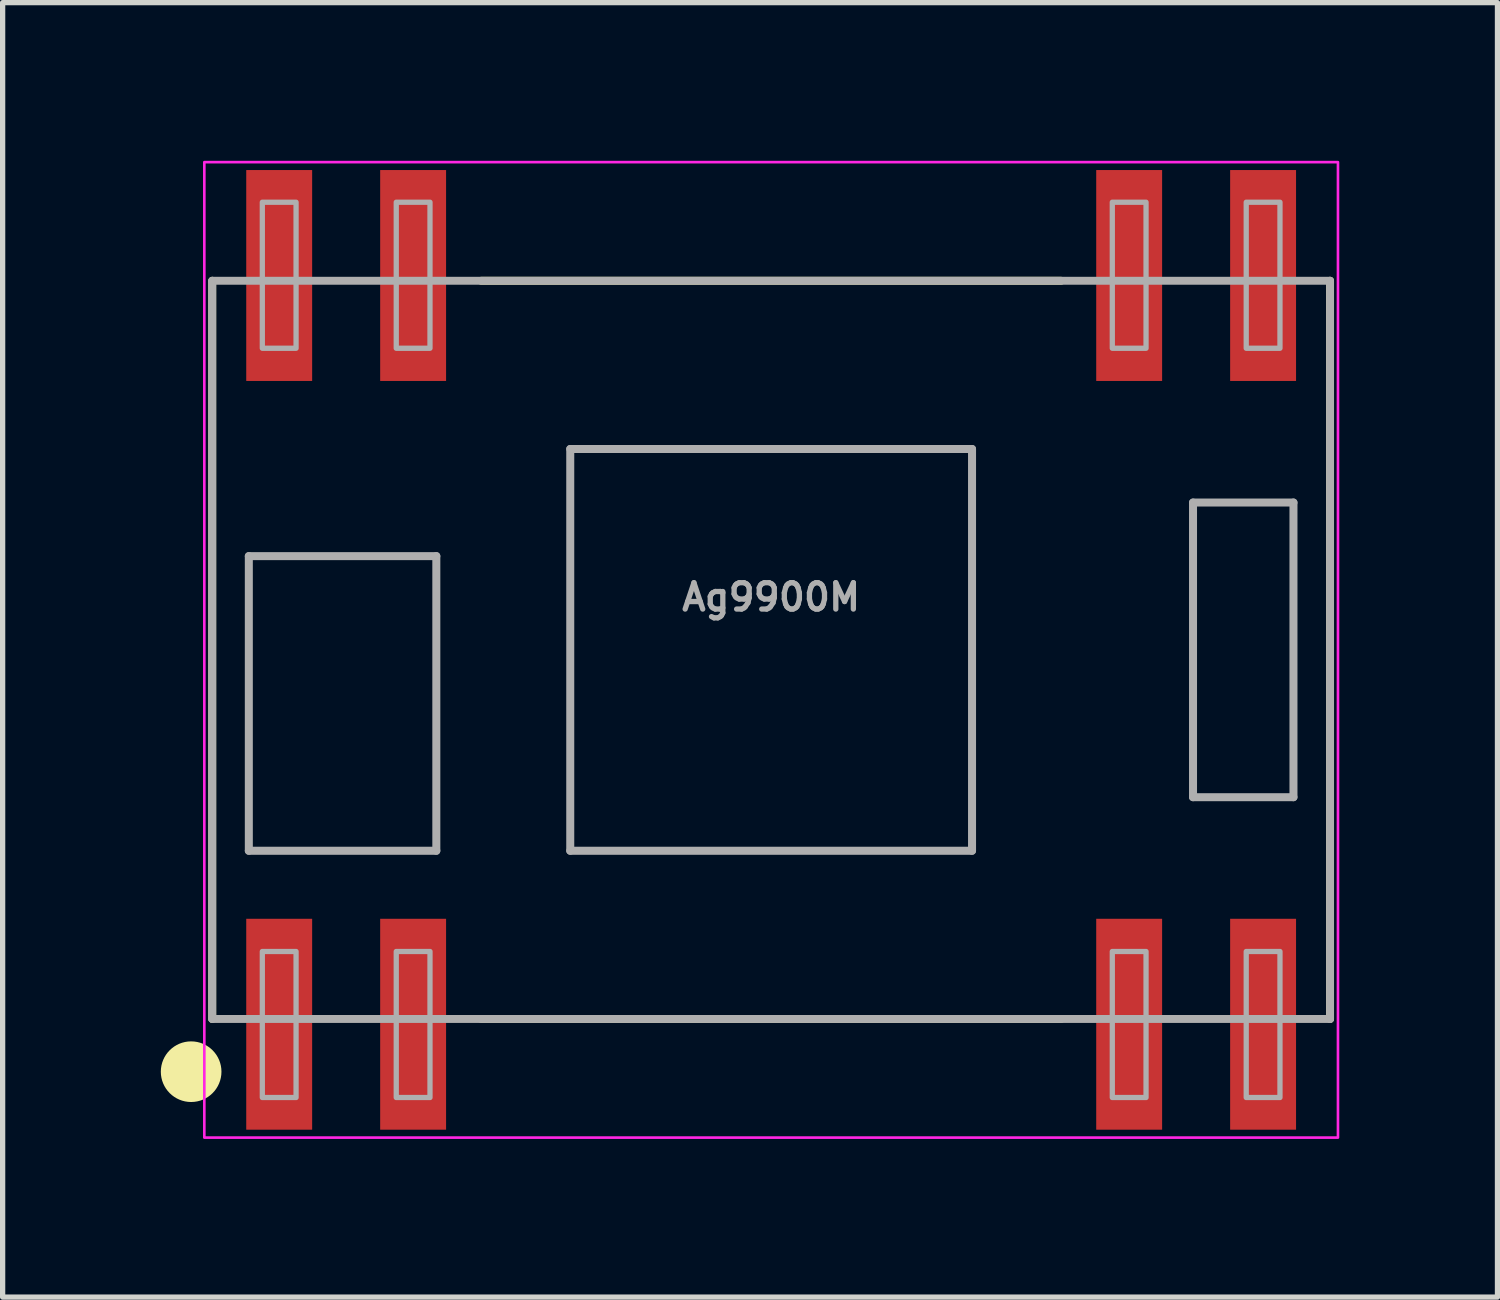
<source format=kicad_pcb>
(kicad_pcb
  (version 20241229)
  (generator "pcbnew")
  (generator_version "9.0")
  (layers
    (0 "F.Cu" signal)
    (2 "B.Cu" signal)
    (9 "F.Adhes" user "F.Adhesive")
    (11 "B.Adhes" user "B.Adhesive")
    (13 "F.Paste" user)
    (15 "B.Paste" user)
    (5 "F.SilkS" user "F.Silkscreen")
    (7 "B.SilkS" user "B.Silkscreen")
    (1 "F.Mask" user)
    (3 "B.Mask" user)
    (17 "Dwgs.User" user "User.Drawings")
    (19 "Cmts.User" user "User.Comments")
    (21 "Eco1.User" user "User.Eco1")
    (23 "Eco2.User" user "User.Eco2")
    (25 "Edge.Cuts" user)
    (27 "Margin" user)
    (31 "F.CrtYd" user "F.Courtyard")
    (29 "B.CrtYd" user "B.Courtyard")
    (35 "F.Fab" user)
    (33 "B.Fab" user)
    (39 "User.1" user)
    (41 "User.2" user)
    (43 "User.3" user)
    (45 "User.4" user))
  (footprint "Ag9900M"
    (layer "F.Cu")
    (at 11.575 9.275)
    (property "Reference" "Ag9900M" (at 0 -1 0) (layer "F.Fab") (effects (font (size 0.5 0.5) (thickness 0.1) (bold yes))))
    (fp_line (start -10.6 -7) (end -10.6 7) (stroke (width 0.15) (type solid)) (layer "F.SilkS"))
    (fp_line (start -5.5 -7) (end 5.5 -7) (stroke (width 0.15) (type solid)) (layer "F.SilkS"))
    (fp_line (start -5.5 7) (end 5.5 7) (stroke (width 0.15) (type solid)) (layer "F.SilkS"))
    (fp_line (start 10.6 7) (end 10.6 -7) (stroke (width 0.15) (type solid)) (layer "F.SilkS"))
    (fp_circle (center -11 8) (end -10.5 8) (stroke (width 0.15) (type solid)) (fill yes) (layer "F.SilkS"))
    (fp_rect (start -10.75 -9.25) (end 10.75 9.25) (stroke (width 0.05) (type default)) (fill no) (layer "F.CrtYd"))
    (fp_line (start -10.6 -7) (end 10.6 -7) (stroke (width 0.15) (type solid)) (layer "F.Fab"))
    (fp_line (start -10.6 7) (end -10.6 -7) (stroke (width 0.15) (type solid)) (layer "F.Fab"))
    (fp_line (start -9.906 -1.778) (end -6.35 -1.778) (stroke (width 0.152) (type solid)) (layer "F.Fab"))
    (fp_line (start -9.906 3.81) (end -9.906 -1.778) (stroke (width 0.152) (type solid)) (layer "F.Fab"))
    (fp_line (start -6.35 -1.778) (end -6.35 3.81) (stroke (width 0.152) (type solid)) (layer "F.Fab"))
    (fp_line (start -6.35 3.81) (end -9.906 3.81) (stroke (width 0.152) (type solid)) (layer "F.Fab"))
    (fp_line (start -3.81 -3.81) (end 3.81 -3.81) (stroke (width 0.152) (type solid)) (layer "F.Fab"))
    (fp_line (start -3.81 3.81) (end -3.81 -3.81) (stroke (width 0.152) (type solid)) (layer "F.Fab"))
    (fp_line (start 3.81 -3.81) (end 3.81 3.81) (stroke (width 0.152) (type solid)) (layer "F.Fab"))
    (fp_line (start 3.81 3.81) (end -3.81 3.81) (stroke (width 0.152) (type solid)) (layer "F.Fab"))
    (fp_line (start 8.001 -2.794) (end 9.906 -2.794) (stroke (width 0.152) (type solid)) (layer "F.Fab"))
    (fp_line (start 8.001 2.794) (end 8.001 -2.794) (stroke (width 0.152) (type solid)) (layer "F.Fab"))
    (fp_line (start 9.906 -2.794) (end 9.906 2.794) (stroke (width 0.152) (type solid)) (layer "F.Fab"))
    (fp_line (start 9.906 2.794) (end 8.001 2.794) (stroke (width 0.152) (type solid)) (layer "F.Fab"))
    (fp_line (start 10.6 -7) (end 10.6 7) (stroke (width 0.15) (type solid)) (layer "F.Fab"))
    (fp_line (start 10.6 7) (end -10.6 7) (stroke (width 0.15) (type solid)) (layer "F.Fab"))
    (fp_poly (pts (xy -9.65 -5.72) (xy -9.01 -5.72) (xy -9.01 -8.49) (xy -9.65 -8.49)) (stroke (width 0.1) (type default)) (fill no) (layer "F.Fab"))
    (fp_poly (pts (xy -9.01 5.72) (xy -9.65 5.72) (xy -9.65 8.49) (xy -9.01 8.49)) (stroke (width 0.1) (type default)) (fill no) (layer "F.Fab"))
    (fp_poly (pts (xy -7.11 -5.72) (xy -6.47 -5.72) (xy -6.47 -8.49) (xy -7.11 -8.49)) (stroke (width 0.1) (type default)) (fill no) (layer "F.Fab"))
    (fp_poly (pts (xy -6.47 5.72) (xy -7.11 5.72) (xy -7.11 8.49) (xy -6.47 8.49)) (stroke (width 0.1) (type default)) (fill no) (layer "F.Fab"))
    (fp_poly (pts (xy 6.47 -5.72) (xy 7.11 -5.72) (xy 7.11 -8.49) (xy 6.47 -8.49)) (stroke (width 0.1) (type default)) (fill no) (layer "F.Fab"))
    (fp_poly (pts (xy 7.11 5.72) (xy 6.47 5.72) (xy 6.47 8.49) (xy 7.11 8.49)) (stroke (width 0.1) (type default)) (fill no) (layer "F.Fab"))
    (fp_poly (pts (xy 9.01 -5.72) (xy 9.65 -5.72) (xy 9.65 -8.49) (xy 9.01 -8.49)) (stroke (width 0.1) (type default)) (fill no) (layer "F.Fab"))
    (fp_poly (pts (xy 9.65 5.72) (xy 9.01 5.72) (xy 9.01 8.49) (xy 9.65 8.49)) (stroke (width 0.1) (type default)) (fill no) (layer "F.Fab"))
    (pad "1" smd rect (at -9.33 7.1) (size 1.25 4) (layers "F.Cu" "F.Mask" "F.Paste"))
    (pad "2" smd rect (at -6.79 7.1) (size 1.25 4) (layers "F.Cu" "F.Mask" "F.Paste"))
    (pad "3" smd rect (at 6.79 7.1) (size 1.25 4) (layers "F.Cu" "F.Mask" "F.Paste"))
    (pad "4" smd rect (at 9.33 7.1) (size 1.25 4) (layers "F.Cu" "F.Mask" "F.Paste"))
    (pad "5" smd rect (at 9.33 -7.1 180) (size 1.25 4) (layers "F.Cu" "F.Mask" "F.Paste"))
    (pad "6" smd rect (at 6.79 -7.1 180) (size 1.25 4) (layers "F.Cu" "F.Mask" "F.Paste"))
    (pad "7" smd rect (at -6.79 -7.1 180) (size 1.25 4) (layers "F.Cu" "F.Mask" "F.Paste"))
    (pad "8" smd rect (at -9.33 -7.1 180) (size 1.25 4) (layers "F.Cu" "F.Mask" "F.Paste"))
    (zone (net_name "") (layer "F.Cu") (hatch edge 0.5) (connect_pads) (min_thickness 0.25) (filled_areas_thickness no) (keepout (tracks allowed) (vias allowed) (pads allowed) (copperpour allowed) (footprints not_allowed)) (placement (enabled no)) (fill) (polygon (pts (xy 1.575 4.275) (xy 5.575 4.275) (xy 5.575 2.275) (xy 17.575 2.275) (xy 17.575 4.275) (xy 21.575 4.275) (xy 21.575 14.275) (xy 17.575 14.275) (xy 17.575 16.275) (xy 5.575 16.275) (xy 5.575 14.275) (xy 1.575 14.275)))))
  (gr_rect
    (start -3 -3)
    (end 25.35 21.55)
    (stroke (width 0.1) (type default))
    (fill no)
    (layer "Edge.Cuts")))
</source>
